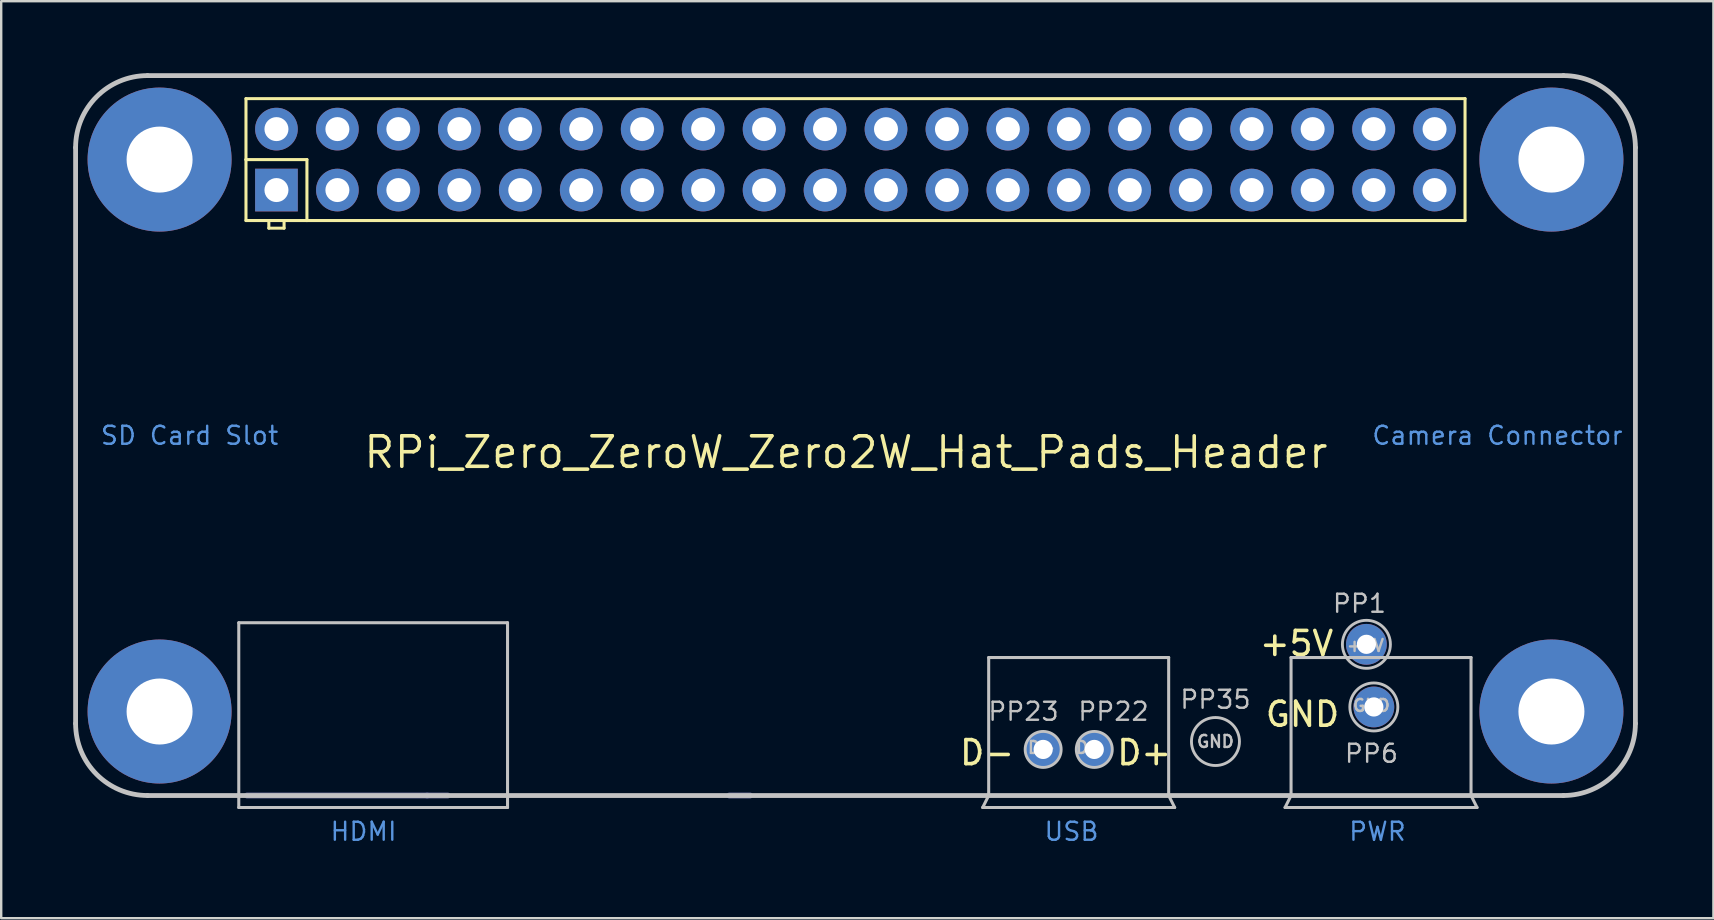
<source format=kicad_pcb>
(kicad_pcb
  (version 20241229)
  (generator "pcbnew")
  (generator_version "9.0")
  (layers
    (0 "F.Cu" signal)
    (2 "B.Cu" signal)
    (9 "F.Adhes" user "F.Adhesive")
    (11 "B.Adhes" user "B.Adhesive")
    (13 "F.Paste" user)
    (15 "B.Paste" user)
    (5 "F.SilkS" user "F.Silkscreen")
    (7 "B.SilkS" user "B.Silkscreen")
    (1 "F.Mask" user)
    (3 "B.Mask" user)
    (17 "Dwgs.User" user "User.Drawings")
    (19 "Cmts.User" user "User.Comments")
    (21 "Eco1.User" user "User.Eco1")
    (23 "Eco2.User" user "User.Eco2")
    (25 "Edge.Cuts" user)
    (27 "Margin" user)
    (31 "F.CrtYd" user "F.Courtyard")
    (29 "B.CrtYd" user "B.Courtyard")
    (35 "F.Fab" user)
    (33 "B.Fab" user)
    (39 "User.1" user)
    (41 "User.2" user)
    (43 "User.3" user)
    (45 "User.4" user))
  (footprint "RPi_Zero_ZeroW_Zero2W_Hat_Pads_Header"
    (layer "F.Cu")
    (at 65.1 30.1)
    (property "Reference" "RPi_Zero_ZeroW_Zero2W_Hat_Pads_Header" (at -32.9 -14.3 0) (unlocked yes) (layer "F.SilkS") (effects (font (size 1.27 1.27) (thickness 0.15))))
    (fp_line (start -57.9 -29.04) (end -57.9 -26.5) (stroke (width 0.127) (type solid)) (layer "F.SilkS"))
    (fp_line (start -57.9 -26.5) (end -57.9 -23.96) (stroke (width 0.127) (type solid)) (layer "F.SilkS"))
    (fp_line (start -57.9 -26.5) (end -55.36 -26.5) (stroke (width 0.127) (type solid)) (layer "F.SilkS"))
    (fp_line (start -57.9 -23.96) (end -56.947 -23.96) (stroke (width 0.127) (type solid)) (layer "F.SilkS"))
    (fp_line (start -56.947 -23.96) (end -56.947 -23.642) (stroke (width 0.127) (type solid)) (layer "F.SilkS"))
    (fp_line (start -56.947 -23.96) (end -56.312 -23.96) (stroke (width 0.127) (type solid)) (layer "F.SilkS"))
    (fp_line (start -56.947 -23.642) (end -56.312 -23.642) (stroke (width 0.127) (type solid)) (layer "F.SilkS"))
    (fp_line (start -56.312 -23.96) (end -55.36 -23.96) (stroke (width 0.127) (type solid)) (layer "F.SilkS"))
    (fp_line (start -56.312 -23.642) (end -56.312 -23.96) (stroke (width 0.127) (type solid)) (layer "F.SilkS"))
    (fp_line (start -55.36 -26.5) (end -55.36 -23.96) (stroke (width 0.127) (type solid)) (layer "F.SilkS"))
    (fp_line (start -55.36 -23.96) (end -7.1 -23.96) (stroke (width 0.127) (type solid)) (layer "F.SilkS"))
    (fp_line (start -7.1 -29.04) (end -57.9 -29.04) (stroke (width 0.127) (type solid)) (layer "F.SilkS"))
    (fp_line (start -7.1 -23.96) (end -7.1 -29.04) (stroke (width 0.127) (type solid)) (layer "F.SilkS"))
    (fp_line (start -65 -3) (end -65 -27) (stroke (width 0.2) (type solid)) (layer "Dwgs.User"))
    (fp_line (start -62 -30) (end -3 -30) (stroke (width 0.2) (type solid)) (layer "Dwgs.User"))
    (fp_line (start -58.2 0.5) (end -58.2 -7.2) (stroke (width 0.127) (type default)) (layer "Dwgs.User"))
    (fp_line (start -47 -7.2) (end -58.2 -7.2) (stroke (width 0.127) (type default)) (layer "Dwgs.User"))
    (fp_line (start -47 0.5) (end -58.2 0.5) (stroke (width 0.127) (type default)) (layer "Dwgs.User"))
    (fp_line (start -47 0.5) (end -47 -7.2) (stroke (width 0.127) (type default)) (layer "Dwgs.User"))
    (fp_line (start -27.2 0.5) (end -26.95 0) (stroke (width 0.127) (type solid)) (layer "Dwgs.User"))
    (fp_line (start -26.95 -5.75) (end -26.95 0) (stroke (width 0.127) (type solid)) (layer "Dwgs.User"))
    (fp_line (start -19.45 -5.75) (end -26.95 -5.75) (stroke (width 0.127) (type solid)) (layer "Dwgs.User"))
    (fp_line (start -19.45 0) (end -19.45 -5.75) (stroke (width 0.127) (type solid)) (layer "Dwgs.User"))
    (fp_line (start -19.45 0) (end -19.2 0.5) (stroke (width 0.127) (type solid)) (layer "Dwgs.User"))
    (fp_line (start -19.2 0.5) (end -27.2 0.5) (stroke (width 0.127) (type solid)) (layer "Dwgs.User"))
    (fp_line (start -14.6 0.5) (end -14.35 0) (stroke (width 0.127) (type solid)) (layer "Dwgs.User"))
    (fp_line (start -14.35 -5.75) (end -14.35 0) (stroke (width 0.127) (type solid)) (layer "Dwgs.User"))
    (fp_line (start -6.85 -5.75) (end -14.35 -5.75) (stroke (width 0.127) (type solid)) (layer "Dwgs.User"))
    (fp_line (start -6.85 0) (end -6.85 -5.75) (stroke (width 0.127) (type solid)) (layer "Dwgs.User"))
    (fp_line (start -6.85 0) (end -6.6 0.5) (stroke (width 0.127) (type solid)) (layer "Dwgs.User"))
    (fp_line (start -6.6 0.5) (end -14.6 0.5) (stroke (width 0.127) (type solid)) (layer "Dwgs.User"))
    (fp_line (start -3 0) (end -62 0) (stroke (width 0.2) (type solid)) (layer "Dwgs.User"))
    (fp_line (start 0 -27) (end 0 -3) (stroke (width 0.2) (type solid)) (layer "Dwgs.User"))
    (fp_arc (start -65 -27) (mid -64.12132 -29.12132) (end -62 -30) (stroke (width 0.2) (type solid)) (layer "Dwgs.User"))
    (fp_arc (start -62 0) (mid -64.12132 -0.87868) (end -65 -3) (stroke (width 0.2) (type solid)) (layer "Dwgs.User"))
    (fp_arc (start -3 -30) (mid -0.87868 -29.12132) (end 0 -27) (stroke (width 0.2) (type solid)) (layer "Dwgs.User"))
    (fp_arc (start 0 -3) (mid -0.87868 -0.87868) (end -3 0) (stroke (width 0.2) (type solid)) (layer "Dwgs.User"))
    (fp_circle (center -24.68 -1.92) (end -25.43 -1.92) (stroke (width 0.12) (type default)) (fill no) (layer "Dwgs.User"))
    (fp_circle (center -22.55 -1.92) (end -23.3 -1.92) (stroke (width 0.12) (type default)) (fill no) (layer "Dwgs.User"))
    (fp_circle (center -17.5 -2.25) (end -18.5 -2.25) (stroke (width 0.12) (type default)) (fill no) (layer "Dwgs.User"))
    (fp_circle (center -11.21 -6.3) (end -12.21 -6.3) (stroke (width 0.12) (type default)) (fill no) (layer "Dwgs.User"))
    (fp_circle (center -10.9 -3.69) (end -11.9 -3.69) (stroke (width 0.12) (type default)) (fill no) (layer "Dwgs.User"))
    (fp_line (start -50.35 0) (end -57.85 0) (stroke (width 0.254) (type solid)) (layer "B.Fab"))
    (fp_line (start -49.5 0) (end -50.35 0) (stroke (width 0.254) (type solid)) (layer "B.Fab"))
    (fp_line (start -36.9 0) (end -37.75 0) (stroke (width 0.254) (type solid)) (layer "B.Fab"))
    (fp_text user "D+" (at -19.25 -1.2 0) (unlocked yes) (layer "F.SilkS") (effects (font (size 1 1) (thickness 0.15)) (justify right bottom)))
    (fp_text user "GND" (at -12.25 -2.8 0) (unlocked yes) (layer "F.SilkS") (effects (font (size 1 1) (thickness 0.15)) (justify right bottom)))
    (fp_text user "+5V" (at -12.5 -5.75 0) (unlocked yes) (layer "F.SilkS") (effects (font (size 1 1) (thickness 0.15)) (justify right bottom)))
    (fp_text user "D-" (at -25.8 -1.2 0) (unlocked yes) (layer "F.SilkS") (effects (font (size 1 1) (thickness 0.15)) (justify right bottom)))
    (fp_text user "PP6" (at -11 -1.75 0) (unlocked yes) (layer "Dwgs.User") (effects (font (size 0.75 0.75) (thickness 0.1) (bold yes))))
    (fp_text user "D+" (at -22.75 -2 0) (unlocked yes) (layer "Dwgs.User") (effects (font (size 0.5 0.5) (thickness 0.1) (bold yes))))
    (fp_text user "GND" (at -17.5 -2.25 0) (unlocked yes) (layer "Dwgs.User") (effects (font (size 0.5 0.5) (thickness 0.1) (bold yes))))
    (fp_text user "PP35" (at -17.5 -4 0) (unlocked yes) (layer "Dwgs.User") (effects (font (size 0.75 0.75) (thickness 0.1) (bold yes))))
    (fp_text user "PP22" (at -21.75 -3.5 0) (unlocked yes) (layer "Dwgs.User") (effects (font (size 0.75 0.75) (thickness 0.1) (bold yes))))
    (fp_text user "PP23" (at -25.5 -3.5 0) (unlocked yes) (layer "Dwgs.User") (effects (font (size 0.75 0.75) (thickness 0.1) (bold yes))))
    (fp_text user "+5V" (at -11.25 -6.25 0) (unlocked yes) (layer "Dwgs.User") (effects (font (size 0.5 0.5) (thickness 0.1) (bold yes))))
    (fp_text user "D-" (at -24.75 -2 0) (unlocked yes) (layer "Dwgs.User") (effects (font (size 0.5 0.5) (thickness 0.1) (bold yes))))
    (fp_text user "GND" (at -11 -3.75 0) (unlocked yes) (layer "Dwgs.User") (effects (font (size 0.5 0.5) (thickness 0.1) (bold yes))))
    (fp_text user "PP1" (at -11.5 -8 0) (unlocked yes) (layer "Dwgs.User") (effects (font (size 0.75 0.75) (thickness 0.1) (bold yes))))
    (fp_text user "PWR" (at -10.75 1.5 0) (unlocked yes) (layer "Cmts.User") (effects (font (size 0.75 0.75) (thickness 0.1) (bold yes))))
    (fp_text user "USB" (at -23.5 1.5 0) (unlocked yes) (layer "Cmts.User") (effects (font (size 0.75 0.75) (thickness 0.1) (bold yes))))
    (fp_text user "Camera Connector" (at -5.75 -15 0) (unlocked yes) (layer "Cmts.User") (effects (font (size 0.75 0.75) (thickness 0.1) (bold yes))))
    (fp_text user "HDMI" (at -53 1.5 0) (unlocked yes) (layer "Cmts.User") (effects (font (size 0.75 0.75) (thickness 0.1) (bold yes))))
    (fp_text user "SD Card Slot" (at -60.25 -15 0) (unlocked yes) (layer "Cmts.User") (effects (font (size 0.75 0.75) (thickness 0.1) (bold yes))))
    (pad "" np_thru_hole circle (at -61.5 -26.5) (size 6 6) (drill 2.75) (layers "*.Cu" "*.Mask"))
    (pad "" np_thru_hole circle (at -61.5 -3.5) (size 6 6) (drill 2.75) (layers "*.Cu" "*.Mask"))
    (pad "" np_thru_hole circle (at -3.5 -26.5) (size 6 6) (drill 2.75) (layers "*.Cu" "*.Mask"))
    (pad "" np_thru_hole circle (at -3.5 -3.5) (size 6 6) (drill 2.75) (layers "*.Cu" "*.Mask"))
    (pad "1" thru_hole rect (at -56.63 -25.23) (size 1.778 1.778) (drill 1) (layers "*.Cu" "*.Mask"))
    (pad "2" thru_hole circle (at -56.63 -27.77) (size 1.778 1.778) (drill 1) (layers "*.Cu" "*.Mask"))
    (pad "3" thru_hole circle (at -54.09 -25.23) (size 1.778 1.778) (drill 1) (layers "*.Cu" "*.Mask"))
    (pad "4" thru_hole circle (at -54.09 -27.77) (size 1.778 1.778) (drill 1) (layers "*.Cu" "*.Mask"))
    (pad "5" thru_hole circle (at -51.55 -25.23) (size 1.778 1.778) (drill 1) (layers "*.Cu" "*.Mask"))
    (pad "6" thru_hole circle (at -51.55 -27.77) (size 1.778 1.778) (drill 1) (layers "*.Cu" "*.Mask"))
    (pad "7" thru_hole circle (at -49.01 -25.23) (size 1.778 1.778) (drill 1) (layers "*.Cu" "*.Mask"))
    (pad "8" thru_hole circle (at -49.01 -27.77) (size 1.778 1.778) (drill 1) (layers "*.Cu" "*.Mask"))
    (pad "9" thru_hole circle (at -46.47 -25.23) (size 1.778 1.778) (drill 1) (layers "*.Cu" "*.Mask"))
    (pad "10" thru_hole circle (at -46.47 -27.77) (size 1.778 1.778) (drill 1) (layers "*.Cu" "*.Mask"))
    (pad "11" thru_hole circle (at -43.93 -25.23) (size 1.778 1.778) (drill 1) (layers "*.Cu" "*.Mask"))
    (pad "12" thru_hole circle (at -43.93 -27.77) (size 1.778 1.778) (drill 1) (layers "*.Cu" "*.Mask"))
    (pad "13" thru_hole circle (at -41.39 -25.23) (size 1.778 1.778) (drill 1) (layers "*.Cu" "*.Mask"))
    (pad "14" thru_hole circle (at -41.39 -27.77) (size 1.778 1.778) (drill 1) (layers "*.Cu" "*.Mask"))
    (pad "15" thru_hole circle (at -38.85 -25.23) (size 1.778 1.778) (drill 1) (layers "*.Cu" "*.Mask"))
    (pad "16" thru_hole circle (at -38.85 -27.77) (size 1.778 1.778) (drill 1) (layers "*.Cu" "*.Mask"))
    (pad "17" thru_hole circle (at -36.31 -25.23) (size 1.778 1.778) (drill 1) (layers "*.Cu" "*.Mask"))
    (pad "18" thru_hole circle (at -36.31 -27.77) (size 1.778 1.778) (drill 1) (layers "*.Cu" "*.Mask"))
    (pad "19" thru_hole circle (at -33.77 -25.23) (size 1.778 1.778) (drill 1) (layers "*.Cu" "*.Mask"))
    (pad "20" thru_hole circle (at -33.77 -27.77) (size 1.778 1.778) (drill 1) (layers "*.Cu" "*.Mask"))
    (pad "21" thru_hole circle (at -31.23 -25.23) (size 1.778 1.778) (drill 1) (layers "*.Cu" "*.Mask"))
    (pad "22" thru_hole circle (at -31.23 -27.77) (size 1.778 1.778) (drill 1) (layers "*.Cu" "*.Mask"))
    (pad "23" thru_hole circle (at -28.69 -25.23) (size 1.778 1.778) (drill 1) (layers "*.Cu" "*.Mask"))
    (pad "24" thru_hole circle (at -28.69 -27.77) (size 1.778 1.778) (drill 1) (layers "*.Cu" "*.Mask"))
    (pad "25" thru_hole circle (at -26.15 -25.23) (size 1.778 1.778) (drill 1) (layers "*.Cu" "*.Mask"))
    (pad "26" thru_hole circle (at -26.15 -27.77) (size 1.778 1.778) (drill 1) (layers "*.Cu" "*.Mask"))
    (pad "27" thru_hole circle (at -23.61 -25.23) (size 1.778 1.778) (drill 1) (layers "*.Cu" "*.Mask"))
    (pad "28" thru_hole circle (at -23.61 -27.77) (size 1.778 1.778) (drill 1) (layers "*.Cu" "*.Mask"))
    (pad "29" thru_hole circle (at -21.07 -25.23) (size 1.778 1.778) (drill 1) (layers "*.Cu" "*.Mask"))
    (pad "30" thru_hole circle (at -21.07 -27.77) (size 1.778 1.778) (drill 1) (layers "*.Cu" "*.Mask"))
    (pad "31" thru_hole circle (at -18.53 -25.23) (size 1.778 1.778) (drill 1) (layers "*.Cu" "*.Mask"))
    (pad "32" thru_hole circle (at -18.53 -27.77) (size 1.778 1.778) (drill 1) (layers "*.Cu" "*.Mask"))
    (pad "33" thru_hole circle (at -15.99 -25.23) (size 1.778 1.778) (drill 1) (layers "*.Cu" "*.Mask"))
    (pad "34" thru_hole circle (at -15.99 -27.77) (size 1.778 1.778) (drill 1) (layers "*.Cu" "*.Mask"))
    (pad "35" thru_hole circle (at -13.45 -25.23) (size 1.778 1.778) (drill 1) (layers "*.Cu" "*.Mask"))
    (pad "36" thru_hole circle (at -13.45 -27.77) (size 1.778 1.778) (drill 1) (layers "*.Cu" "*.Mask"))
    (pad "37" thru_hole circle (at -10.91 -25.23) (size 1.778 1.778) (drill 1) (layers "*.Cu" "*.Mask"))
    (pad "38" thru_hole circle (at -10.91 -27.77) (size 1.778 1.778) (drill 1) (layers "*.Cu" "*.Mask"))
    (pad "39" thru_hole circle (at -8.37 -25.23) (size 1.778 1.778) (drill 1) (layers "*.Cu" "*.Mask"))
    (pad "40" thru_hole circle (at -8.37 -27.77) (size 1.778 1.778) (drill 1) (layers "*.Cu" "*.Mask"))
    (pad "PP1" thru_hole circle (at -11.21 -6.3) (size 1.7 1.7) (drill 0.8) (layers "*.Cu" "*.Mask"))
    (pad "PP6" thru_hole circle (at -10.9 -3.69) (size 1.7 1.7) (drill 0.8) (layers "*.Cu" "*.Mask"))
    (pad "PP22" thru_hole circle (at -22.55 -1.92) (size 1.5 1.5) (drill 0.8) (layers "*.Cu" "*.Mask"))
    (pad "PP23" thru_hole circle (at -24.68 -1.92) (size 1.5 1.5) (drill 0.8) (layers "*.Cu" "*.Mask")))
  (gr_rect
    (start -3 -3)
    (end 68.35 35.214)
    (stroke (width 0.1) (type default))
    (fill no)
    (layer "Edge.Cuts")))
</source>
